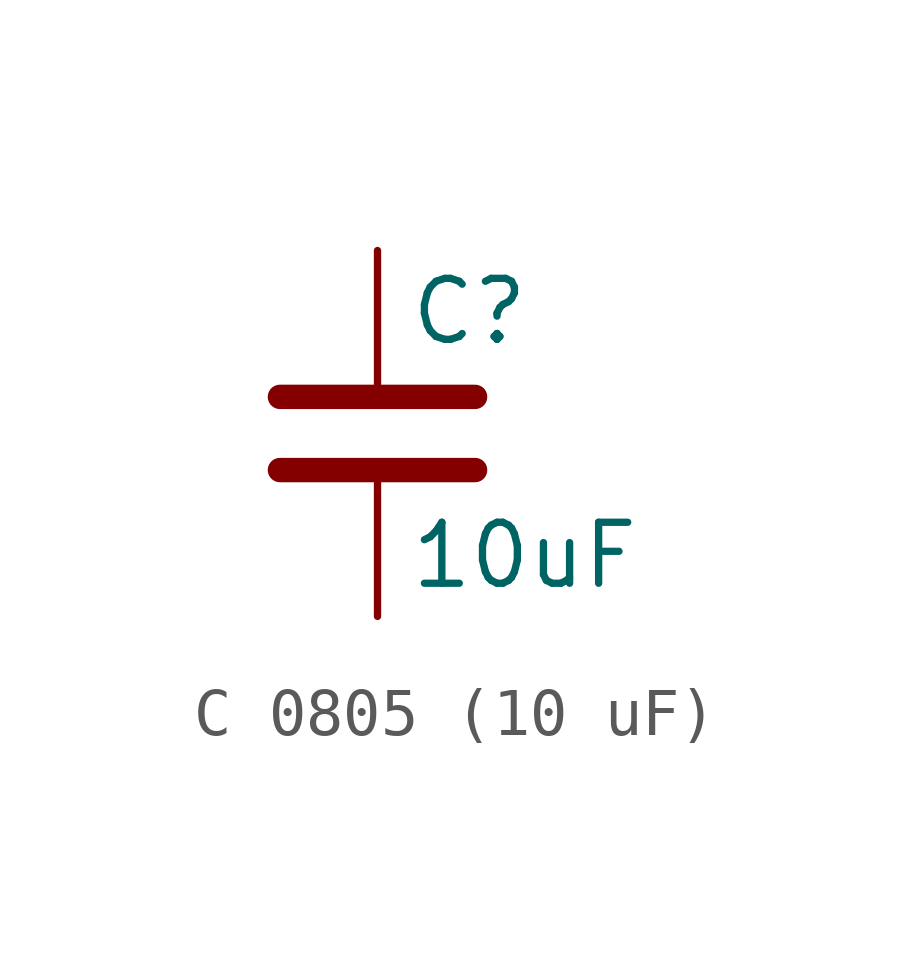
<source format=kicad_sym>
(kicad_symbol_lib
  (version 20231120)
  (generator "kicad_symbol_editor")
  (generator_version "8.0")
  (symbol "C 0805 (10 uF)"
    (pin_numbers hide)
    (pin_names
      (offset 0.254))
    (property "Reference" "C"
      (at 0.635 2.54 0)
      (effects (font (size 1.27 1.27)) (justify left)))
    (property "Value" "10uF"
      (at 0.635 -2.54 0)
      (effects (font (size 1.27 1.27)) (justify left)))
    (symbol "C 0805 (10 uF)_0_1"
      (polyline (pts (xy -2.032 -0.762) (xy 2.032 -0.762)) (stroke (width 0.508) (type default)) (fill (type none)))
      (polyline (pts (xy -2.032 0.762) (xy 2.032 0.762)) (stroke (width 0.508) (type default)) (fill (type none))))
    (symbol "C 0805 (10 uF)_1_1"
      (pin passive line (at 0 3.81 270) (length 2.794) (name "~" (effects (font (size 1.27 1.27)))) (number "1" (effects (font (size 1.27 1.27)))))
      (pin passive line (at 0 -3.81 90) (length 2.794) (name "~" (effects (font (size 1.27 1.27)))) (number "2" (effects (font (size 1.27 1.27))))))))
</source>
